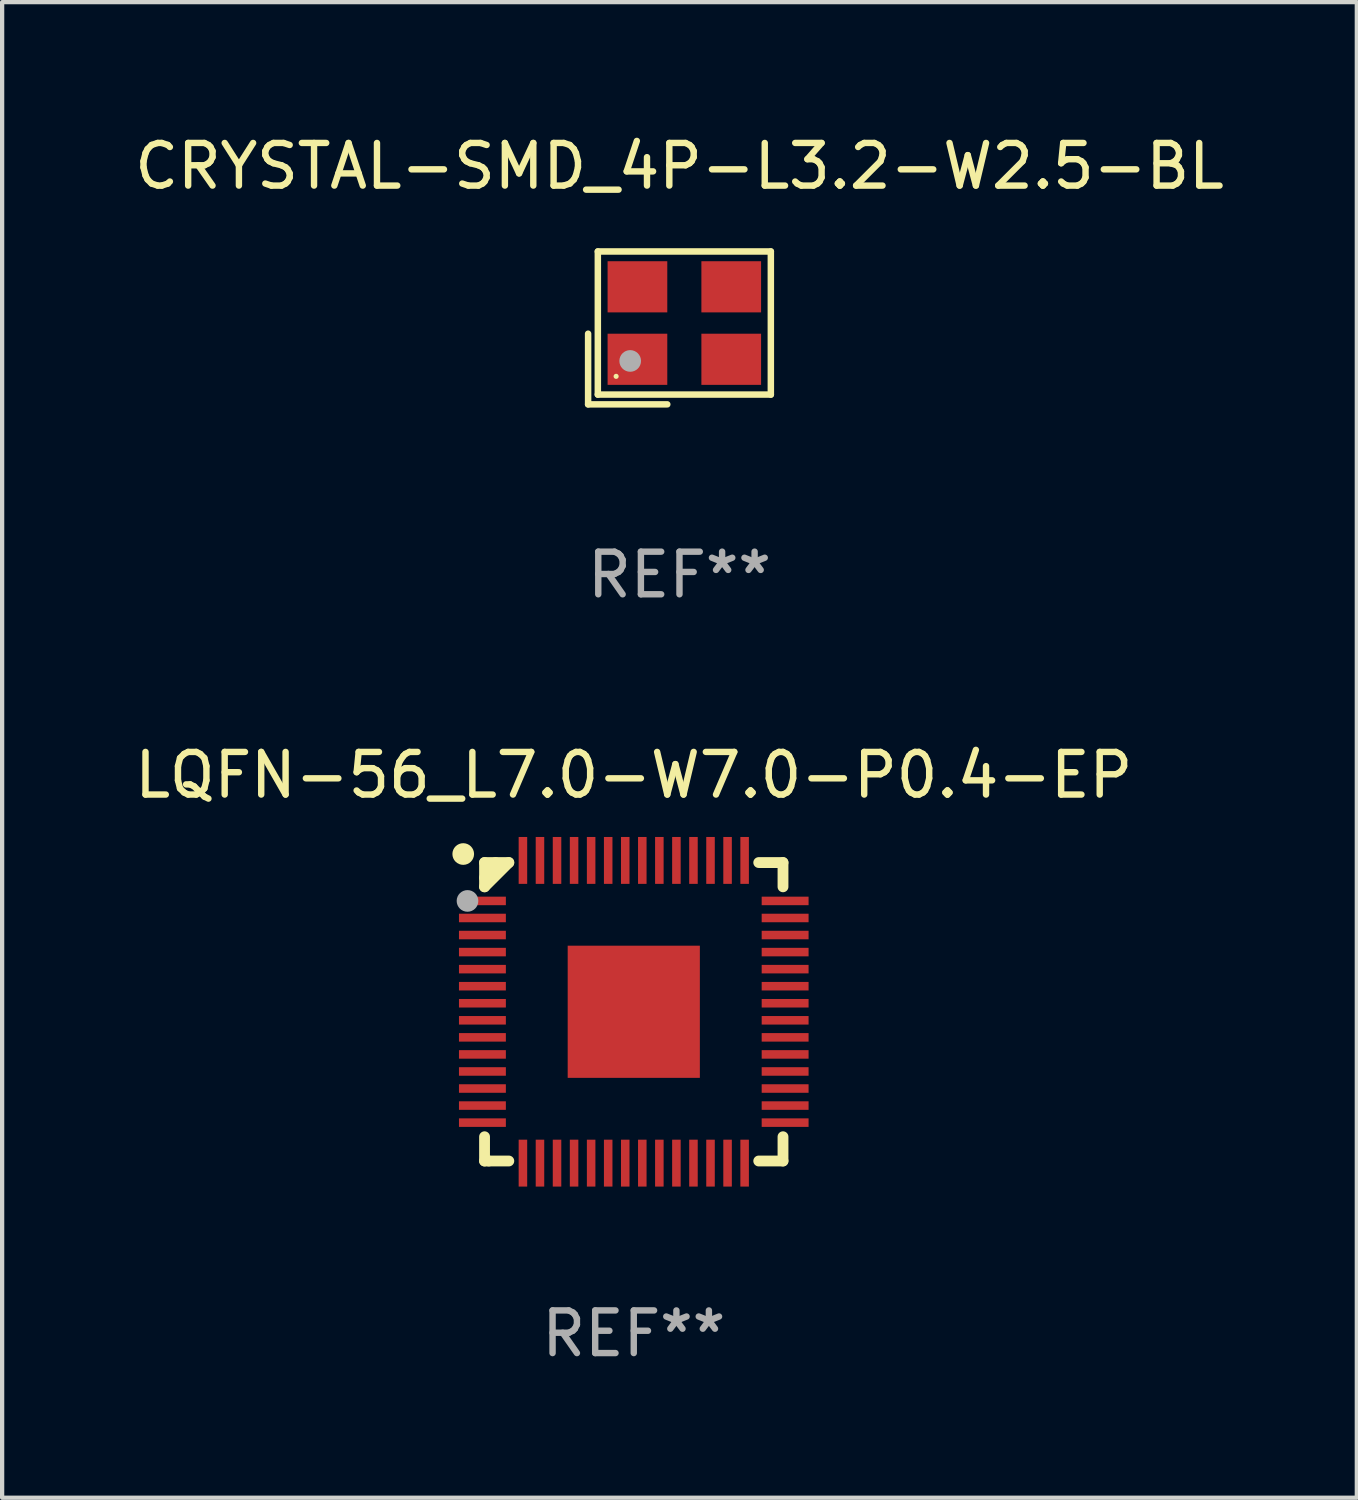
<source format=kicad_pcb>
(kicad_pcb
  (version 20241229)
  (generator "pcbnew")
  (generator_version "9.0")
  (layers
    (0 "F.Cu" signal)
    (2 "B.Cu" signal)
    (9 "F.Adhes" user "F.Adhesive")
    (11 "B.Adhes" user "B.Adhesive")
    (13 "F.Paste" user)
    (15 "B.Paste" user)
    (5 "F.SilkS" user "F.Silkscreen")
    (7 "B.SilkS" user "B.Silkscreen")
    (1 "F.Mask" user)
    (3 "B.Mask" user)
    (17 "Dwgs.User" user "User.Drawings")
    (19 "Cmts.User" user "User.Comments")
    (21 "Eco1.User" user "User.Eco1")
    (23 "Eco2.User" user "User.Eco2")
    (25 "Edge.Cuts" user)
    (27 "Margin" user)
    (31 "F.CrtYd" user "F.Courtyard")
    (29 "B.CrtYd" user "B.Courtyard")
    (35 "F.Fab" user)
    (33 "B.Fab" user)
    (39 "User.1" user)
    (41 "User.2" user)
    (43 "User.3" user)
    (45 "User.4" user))
  (footprint "CRYSTAL-SMD_4P-L3.2-W2.5-BL"
    (layer "F.Cu")
    (at 13.001 4.527)
    (property "Reference" "CRYSTAL-SMD_4P-L3.2-W2.5-BL" (at -0.114 -3.679 0) (layer "F.SilkS") (effects (font (size 1 1) (thickness 0.15))))
    (attr smd)
    (fp_line (start -2.257 0.25) (end -2.257 1.907) (stroke (width 0.152) (type solid)) (layer "F.SilkS"))
    (fp_line (start -2.257 1.907) (end -0.4 1.907) (stroke (width 0.152) (type solid)) (layer "F.SilkS"))
    (fp_line (start -2.029 -1.679) (end 2.029 -1.679) (stroke (width 0.152) (type solid)) (layer "F.SilkS"))
    (fp_line (start -2.029 1.678) (end -2.029 -1.679) (stroke (width 0.152) (type solid)) (layer "F.SilkS"))
    (fp_line (start 2.029 -1.679) (end 2.029 1.678) (stroke (width 0.152) (type solid)) (layer "F.SilkS"))
    (fp_line (start 2.029 1.678) (end -2.029 1.678) (stroke (width 0.152) (type solid)) (layer "F.SilkS"))
    (fp_circle (center -1.6 1.25) (end -1.57 1.25) (stroke (width 0.06) (type solid)) (fill no) (layer "F.SilkS"))
    (fp_circle (center -1.27 0.889) (end -1.143 0.889) (stroke (width 0.254) (type solid)) (fill no) (layer "F.Fab"))
    (fp_text user "REF**" (at -0.114 5.907 0) (layer "F.Fab") (effects (font (size 1 1) (thickness 0.15))))
    (pad "1" smd rect (at -1.1 0.85) (size 1.4 1.2) (layers "F.Cu" "F.Mask" "F.Paste"))
    (pad "2" smd rect (at 1.1 0.85) (size 1.4 1.2) (layers "F.Cu" "F.Mask" "F.Paste"))
    (pad "3" smd rect (at 1.1 -0.85) (size 1.4 1.2) (layers "F.Cu" "F.Mask" "F.Paste"))
    (pad "4" smd rect (at -1.1 -0.85) (size 1.4 1.2) (layers "F.Cu" "F.Mask" "F.Paste")))
  (footprint "LQFN-56_L7.0-W7.0-P0.4-EP"
    (layer "F.Cu")
    (at 11.815 20.681)
    (property "Reference" "LQFN-56_L7.0-W7.0-P0.4-EP" (at 0 -5.55 0) (layer "F.SilkS") (effects (font (size 1 1) (thickness 0.15))))
    (attr smd)
    (fp_line (start -3.5 -3.5) (end -2.931 -3.5) (stroke (width 0.254) (type solid)) (layer "F.SilkS"))
    (fp_line (start -3.5 -2.931) (end -3.5 -3.5) (stroke (width 0.254) (type solid)) (layer "F.SilkS"))
    (fp_line (start -3.5 -2.931) (end -2.931 -3.5) (stroke (width 0.254) (type solid)) (layer "F.SilkS"))
    (fp_line (start -3.5 3.5) (end -3.5 2.931) (stroke (width 0.254) (type solid)) (layer "F.SilkS"))
    (fp_line (start -3.4 3.5) (end -3.5 3.5) (stroke (width 0.254) (type solid)) (layer "F.SilkS"))
    (fp_line (start -3.241 -3.5) (end -3.241 -3.403) (stroke (width 0.254) (type solid)) (layer "F.SilkS"))
    (fp_line (start -3.241 -3.403) (end -3.5 -3.144) (stroke (width 0.254) (type solid)) (layer "F.SilkS"))
    (fp_line (start -2.931 3.5) (end -3.4 3.5) (stroke (width 0.254) (type solid)) (layer "F.SilkS"))
    (fp_line (start 2.931 -3.5) (end 3.5 -3.5) (stroke (width 0.254) (type solid)) (layer "F.SilkS"))
    (fp_line (start 3.5 -3.5) (end 3.5 -2.931) (stroke (width 0.254) (type solid)) (layer "F.SilkS"))
    (fp_line (start 3.5 2.931) (end 3.5 3.5) (stroke (width 0.254) (type solid)) (layer "F.SilkS"))
    (fp_line (start 3.5 3.5) (end 2.931 3.5) (stroke (width 0.254) (type solid)) (layer "F.SilkS"))
    (fp_circle (center -4 -3.7) (end -3.873 -3.7) (stroke (width 0.254) (type solid)) (fill no) (layer "F.SilkS"))
    (fp_circle (center -3.5 -3.5) (end -3.47 -3.5) (stroke (width 0.06) (type solid)) (fill no) (layer "F.SilkS"))
    (fp_circle (center -3.9 -2.6) (end -3.773 -2.6) (stroke (width 0.254) (type solid)) (fill no) (layer "F.Fab"))
    (fp_text user "REF**" (at 0 7.55 0) (layer "F.Fab") (effects (font (size 1 1) (thickness 0.15))))
    (pad "1" smd rect (at -3.55 -2.6) (size 1.1 0.2) (layers "F.Cu" "F.Mask" "F.Paste"))
    (pad "2" smd rect (at -3.55 -2.2) (size 1.1 0.2) (layers "F.Cu" "F.Mask" "F.Paste"))
    (pad "3" smd rect (at -3.55 -1.8) (size 1.1 0.2) (layers "F.Cu" "F.Mask" "F.Paste"))
    (pad "4" smd rect (at -3.55 -1.4) (size 1.1 0.2) (layers "F.Cu" "F.Mask" "F.Paste"))
    (pad "5" smd rect (at -3.55 -1) (size 1.1 0.2) (layers "F.Cu" "F.Mask" "F.Paste"))
    (pad "6" smd rect (at -3.55 -0.6) (size 1.1 0.2) (layers "F.Cu" "F.Mask" "F.Paste"))
    (pad "7" smd rect (at -3.55 -0.2) (size 1.1 0.2) (layers "F.Cu" "F.Mask" "F.Paste"))
    (pad "8" smd rect (at -3.55 0.2) (size 1.1 0.2) (layers "F.Cu" "F.Mask" "F.Paste"))
    (pad "9" smd rect (at -3.55 0.6) (size 1.1 0.2) (layers "F.Cu" "F.Mask" "F.Paste"))
    (pad "10" smd rect (at -3.55 1) (size 1.1 0.2) (layers "F.Cu" "F.Mask" "F.Paste"))
    (pad "11" smd rect (at -3.55 1.4) (size 1.1 0.2) (layers "F.Cu" "F.Mask" "F.Paste"))
    (pad "12" smd rect (at -3.55 1.8) (size 1.1 0.2) (layers "F.Cu" "F.Mask" "F.Paste"))
    (pad "13" smd rect (at -3.55 2.2) (size 1.1 0.2) (layers "F.Cu" "F.Mask" "F.Paste"))
    (pad "14" smd rect (at -3.55 2.6) (size 1.1 0.2) (layers "F.Cu" "F.Mask" "F.Paste"))
    (pad "15" smd rect (at -2.6 3.55 90) (size 1.1 0.2) (layers "F.Cu" "F.Mask" "F.Paste"))
    (pad "16" smd rect (at -2.2 3.55 90) (size 1.1 0.2) (layers "F.Cu" "F.Mask" "F.Paste"))
    (pad "17" smd rect (at -1.8 3.55 90) (size 1.1 0.2) (layers "F.Cu" "F.Mask" "F.Paste"))
    (pad "18" smd rect (at -1.4 3.55 90) (size 1.1 0.2) (layers "F.Cu" "F.Mask" "F.Paste"))
    (pad "19" smd rect (at -1 3.55 90) (size 1.1 0.2) (layers "F.Cu" "F.Mask" "F.Paste"))
    (pad "20" smd rect (at -0.6 3.55 90) (size 1.1 0.2) (layers "F.Cu" "F.Mask" "F.Paste"))
    (pad "21" smd rect (at -0.2 3.55 90) (size 1.1 0.2) (layers "F.Cu" "F.Mask" "F.Paste"))
    (pad "22" smd rect (at 0.2 3.55 90) (size 1.1 0.2) (layers "F.Cu" "F.Mask" "F.Paste"))
    (pad "23" smd rect (at 0.6 3.55 90) (size 1.1 0.2) (layers "F.Cu" "F.Mask" "F.Paste"))
    (pad "24" smd rect (at 1 3.55 90) (size 1.1 0.2) (layers "F.Cu" "F.Mask" "F.Paste"))
    (pad "25" smd rect (at 1.4 3.55 90) (size 1.1 0.2) (layers "F.Cu" "F.Mask" "F.Paste"))
    (pad "26" smd rect (at 1.8 3.55 90) (size 1.1 0.2) (layers "F.Cu" "F.Mask" "F.Paste"))
    (pad "27" smd rect (at 2.2 3.55 90) (size 1.1 0.2) (layers "F.Cu" "F.Mask" "F.Paste"))
    (pad "28" smd rect (at 2.6 3.55 90) (size 1.1 0.2) (layers "F.Cu" "F.Mask" "F.Paste"))
    (pad "29" smd rect (at 3.55 2.6 180) (size 1.1 0.2) (layers "F.Cu" "F.Mask" "F.Paste"))
    (pad "30" smd rect (at 3.55 2.2 180) (size 1.1 0.2) (layers "F.Cu" "F.Mask" "F.Paste"))
    (pad "31" smd rect (at 3.55 1.8 180) (size 1.1 0.2) (layers "F.Cu" "F.Mask" "F.Paste"))
    (pad "32" smd rect (at 3.55 1.4 180) (size 1.1 0.2) (layers "F.Cu" "F.Mask" "F.Paste"))
    (pad "33" smd rect (at 3.55 1 180) (size 1.1 0.2) (layers "F.Cu" "F.Mask" "F.Paste"))
    (pad "34" smd rect (at 3.55 0.6 180) (size 1.1 0.2) (layers "F.Cu" "F.Mask" "F.Paste"))
    (pad "35" smd rect (at 3.55 0.2 180) (size 1.1 0.2) (layers "F.Cu" "F.Mask" "F.Paste"))
    (pad "36" smd rect (at 3.55 -0.2 180) (size 1.1 0.2) (layers "F.Cu" "F.Mask" "F.Paste"))
    (pad "37" smd rect (at 3.55 -0.6 180) (size 1.1 0.2) (layers "F.Cu" "F.Mask" "F.Paste"))
    (pad "38" smd rect (at 3.55 -1 180) (size 1.1 0.2) (layers "F.Cu" "F.Mask" "F.Paste"))
    (pad "39" smd rect (at 3.55 -1.4 180) (size 1.1 0.2) (layers "F.Cu" "F.Mask" "F.Paste"))
    (pad "40" smd rect (at 3.55 -1.8 180) (size 1.1 0.2) (layers "F.Cu" "F.Mask" "F.Paste"))
    (pad "41" smd rect (at 3.55 -2.2 180) (size 1.1 0.2) (layers "F.Cu" "F.Mask" "F.Paste"))
    (pad "42" smd rect (at 3.55 -2.6 180) (size 1.1 0.2) (layers "F.Cu" "F.Mask" "F.Paste"))
    (pad "43" smd rect (at 2.6 -3.55 270) (size 1.1 0.2) (layers "F.Cu" "F.Mask" "F.Paste"))
    (pad "44" smd rect (at 2.2 -3.55 270) (size 1.1 0.2) (layers "F.Cu" "F.Mask" "F.Paste"))
    (pad "45" smd rect (at 1.8 -3.55 270) (size 1.1 0.2) (layers "F.Cu" "F.Mask" "F.Paste"))
    (pad "46" smd rect (at 1.4 -3.55 270) (size 1.1 0.2) (layers "F.Cu" "F.Mask" "F.Paste"))
    (pad "47" smd rect (at 1 -3.55 270) (size 1.1 0.2) (layers "F.Cu" "F.Mask" "F.Paste"))
    (pad "48" smd rect (at 0.6 -3.55 270) (size 1.1 0.2) (layers "F.Cu" "F.Mask" "F.Paste"))
    (pad "49" smd rect (at 0.2 -3.55 270) (size 1.1 0.2) (layers "F.Cu" "F.Mask" "F.Paste"))
    (pad "50" smd rect (at -0.2 -3.55 270) (size 1.1 0.2) (layers "F.Cu" "F.Mask" "F.Paste"))
    (pad "51" smd rect (at -0.6 -3.55 270) (size 1.1 0.2) (layers "F.Cu" "F.Mask" "F.Paste"))
    (pad "52" smd rect (at -1 -3.55 270) (size 1.1 0.2) (layers "F.Cu" "F.Mask" "F.Paste"))
    (pad "53" smd rect (at -1.4 -3.55 270) (size 1.1 0.2) (layers "F.Cu" "F.Mask" "F.Paste"))
    (pad "54" smd rect (at -1.8 -3.55 270) (size 1.1 0.2) (layers "F.Cu" "F.Mask" "F.Paste"))
    (pad "55" smd rect (at -2.2 -3.55 270) (size 1.1 0.2) (layers "F.Cu" "F.Mask" "F.Paste"))
    (pad "56" smd rect (at -2.6 -3.55 270) (size 1.1 0.2) (layers "F.Cu" "F.Mask" "F.Paste"))
    (pad "57" smd rect (at 0 -0.000127) (size 3.1 3.1) (layers "F.Cu" "F.Mask" "F.Paste")))
  (gr_rect
    (start -3 -3)
    (end 28.774 32.079)
    (stroke (width 0.1) (type default))
    (fill no)
    (layer "Edge.Cuts")))
</source>
